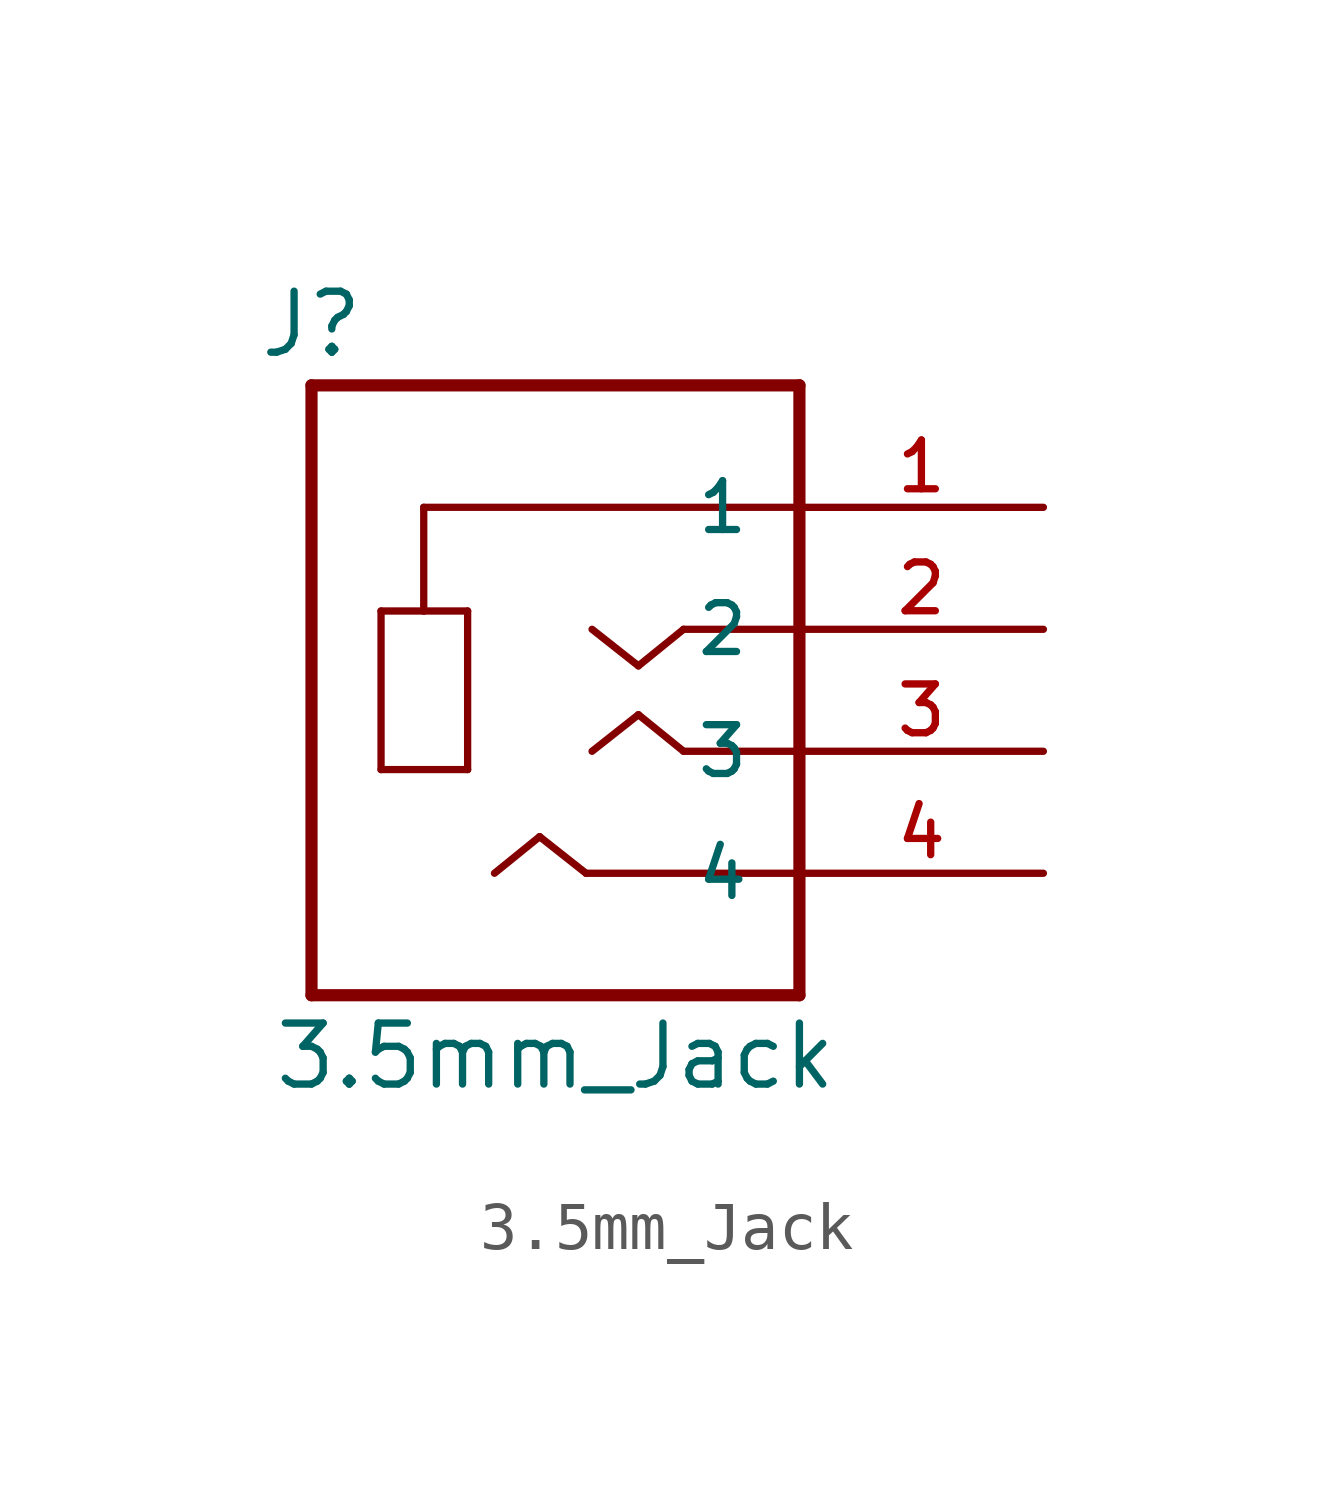
<source format=kicad_sym>
(kicad_symbol_lib
  (version 20210619)
  (generator kicad_symbol_editor)
  (symbol "Maxted Libs:3.5mm_Jack"
    (pin_names
      (offset 1.016))
    (property "Reference" "J"
      (at -5.08 7.62 0)
      (effects (font (size 1.27 1.27))))
    (property "Value" "3.5mm_Jack"
      (at 0 -7.62 0)
      (effects (font (size 1.27 1.27))))
    (symbol "3.5mm_Jack_1_0"
      (polyline (pts (xy -5.08 -6.35) (xy 5.08 -6.35)) (stroke (width 0.254)) (fill (type none)))
      (polyline (pts (xy -5.08 6.35) (xy -5.08 -6.35)) (stroke (width 0.254)) (fill (type none)))
      (polyline (pts (xy -3.632 -1.651) (xy -3.632 1.651)) (stroke (width 0.152)) (fill (type none)))
      (polyline (pts (xy -3.632 1.651) (xy -2.743 1.651)) (stroke (width 0.152)) (fill (type none)))
      (polyline (pts (xy -2.743 1.651) (xy -1.829 1.651)) (stroke (width 0.152)) (fill (type none)))
      (polyline (pts (xy -2.743 3.81) (xy -2.743 1.651)) (stroke (width 0.152)) (fill (type none)))
      (polyline (pts (xy -1.829 -1.651) (xy -3.632 -1.651)) (stroke (width 0.152)) (fill (type none)))
      (polyline (pts (xy -1.829 1.651) (xy -1.829 -1.651)) (stroke (width 0.152)) (fill (type none)))
      (polyline (pts (xy -0.33 -3.048) (xy -1.27 -3.81)) (stroke (width 0.152)) (fill (type none)))
      (polyline (pts (xy 0.635 -3.81) (xy -0.33 -3.048)) (stroke (width 0.152)) (fill (type none)))
      (polyline (pts (xy 1.727 -0.508) (xy 0.762 -1.27)) (stroke (width 0.152)) (fill (type none)))
      (polyline (pts (xy 1.727 0.508) (xy 0.762 1.27)) (stroke (width 0.152)) (fill (type none)))
      (polyline (pts (xy 2.667 -1.27) (xy 1.727 -0.508)) (stroke (width 0.152)) (fill (type none)))
      (polyline (pts (xy 2.667 1.27) (xy 1.727 0.508)) (stroke (width 0.152)) (fill (type none)))
      (polyline (pts (xy 4.953 -3.81) (xy 0.635 -3.81)) (stroke (width 0.152)) (fill (type none)))
      (polyline (pts (xy 4.953 -1.27) (xy 2.667 -1.27)) (stroke (width 0.152)) (fill (type none)))
      (polyline (pts (xy 5.08 -6.35) (xy 5.08 1.27)) (stroke (width 0.254)) (fill (type none)))
      (polyline (pts (xy 5.08 1.27) (xy 2.667 1.27)) (stroke (width 0.152)) (fill (type none)))
      (polyline (pts (xy 5.08 1.27) (xy 5.08 3.81)) (stroke (width 0.254)) (fill (type none)))
      (polyline (pts (xy 5.08 3.81) (xy -2.743 3.81)) (stroke (width 0.152)) (fill (type none)))
      (polyline (pts (xy 5.08 3.81) (xy 5.08 6.35)) (stroke (width 0.254)) (fill (type none)))
      (polyline (pts (xy 5.08 6.35) (xy -5.08 6.35)) (stroke (width 0.254)) (fill (type none)))
      (pin passive line (at 10.16 3.81 180) (length 5.08) (name "1" (effects (font (size 1.016 1.016)))) (number "1" (effects (font (size 1.016 1.016)))))
      (pin passive line (at 10.16 1.27 180) (length 5.08) (name "2" (effects (font (size 1.016 1.016)))) (number "2" (effects (font (size 1.016 1.016)))))
      (pin passive line (at 10.16 -1.27 180) (length 5.08) (name "3" (effects (font (size 1.016 1.016)))) (number "3" (effects (font (size 1.016 1.016)))))
      (pin passive line (at 10.16 -3.81 180) (length 5.08) (name "4" (effects (font (size 1.016 1.016)))) (number "4" (effects (font (size 1.016 1.016))))))))
</source>
